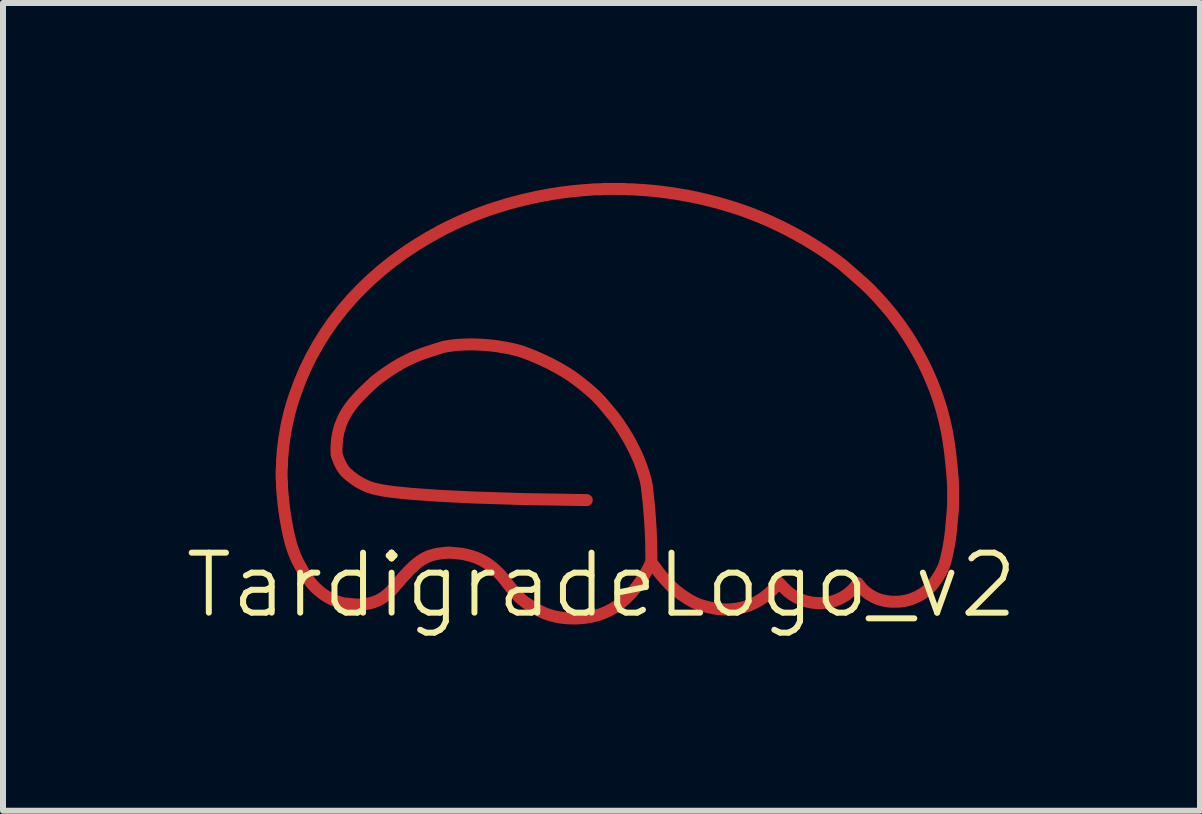
<source format=kicad_pcb>
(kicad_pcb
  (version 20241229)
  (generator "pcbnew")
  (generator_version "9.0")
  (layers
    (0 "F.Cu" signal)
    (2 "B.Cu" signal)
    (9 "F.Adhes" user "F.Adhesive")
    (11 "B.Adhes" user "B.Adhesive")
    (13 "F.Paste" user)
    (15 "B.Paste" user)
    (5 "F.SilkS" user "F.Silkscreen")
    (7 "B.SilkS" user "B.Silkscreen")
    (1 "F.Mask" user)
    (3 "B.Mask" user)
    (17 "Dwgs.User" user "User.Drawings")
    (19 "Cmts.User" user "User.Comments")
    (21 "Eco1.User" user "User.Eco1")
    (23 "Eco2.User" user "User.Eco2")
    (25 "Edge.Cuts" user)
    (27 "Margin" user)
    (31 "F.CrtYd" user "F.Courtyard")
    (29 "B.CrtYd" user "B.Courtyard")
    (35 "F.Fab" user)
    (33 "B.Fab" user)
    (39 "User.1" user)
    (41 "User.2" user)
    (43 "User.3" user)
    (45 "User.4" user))
  (footprint "TardigradeLogo_v2"
    (layer "F.Cu")
    (at 6.979 7.207)
    (property "Reference" "TardigradeLogo_v2" (at 0 -0.5 0) (unlocked yes) (layer "F.SilkS") (effects (font (size 1 1) (thickness 0.1))))
    (attr smd board_only)
    (pad "1" smd custom (at 0.829 -1.106) (size 0.2 0.2) (layers "F.Cu" "F.Mask") (options (anchor circle)) (primitives (gr_line (start -0.01 -0.323) (end -0.002 -0.134) (width 0.2)) (gr_line (start -0.024 -0.543) (end -0.01 -0.323) (width 0.2)) (gr_line (start -0.045 -0.79) (end -0.024 -0.543) (width 0.2)) (gr_line (start -0.076 -1.061) (end -0.045 -0.79) (width 0.2)) (gr_line (start -0.125 -1.258) (end -0.095 -1.152) (width 0.2)) (gr_line (start -0.205 -1.48) (end -0.173 -1.398) (width 0.2)) (gr_line (start -0.288 -1.662) (end -0.243 -1.568) (width 0.2)) (gr_line (start -0.398 -1.867) (end -0.339 -1.762) (width 0.2)) (gr_line (start -0.539 -2.088) (end -0.464 -1.975) (width 0.2)) (gr_line (start -0.767 -2.378) (end -0.622 -2.203) (width 0.2)) (gr_line (start -0.927 -2.553) (end -0.892 -2.519) (width 0.2)) (gr_line (start -1.105 -2.709) (end -1.053 -2.666) (width 0.2)) (gr_line (start -1.304 -2.863) (end -1.23 -2.807) (width 0.2)) (gr_line (start -1.544 -3.012) (end -1.442 -2.952) (width 0.2)) (gr_line (start -1.743 -3.116) (end -1.671 -3.08) (width 0.2)) (gr_line (start -1.991 -3.226) (end -1.903 -3.189) (width 0.2)) (gr_line (start -2.18 -3.296) (end -2.083 -3.262) (width 0.2)) (gr_line (start -2.435 -3.356) (end -2.298 -3.328) (width 0.2)) (gr_line (start -2.668 -3.39) (end -2.587 -3.381) (width 0.2)) (gr_line (start -2.926 -3.408) (end -2.838 -3.404) (width 0.2)) (gr_line (start -3.194 -3.403) (end -3.104 -3.407) (width 0.2)) (gr_line (start -3.463 -3.368) (end -3.374 -3.383) (width 0.2)) (gr_line (start -3.715 -3.288) (end -3.463 -3.368) (width 0.2)) (gr_line (start -3.905 -3.219) (end -3.841 -3.244) (width 0.2)) (gr_line (start -4.109 -3.125) (end -4.038 -3.16) (width 0.2)) (gr_line (start -4.338 -2.991) (end -4.258 -3.041) (width 0.2)) (gr_line (start -4.511 -2.87) (end -4.422 -2.934) (width 0.2)) (gr_line (start -4.73 -2.682) (end -4.605 -2.799) (width 0.2)) (gr_line (start -4.907 -2.503) (end -4.85 -2.564) (width 0.2)) (gr_line (start -5.061 -2.306) (end -5.013 -2.375) (width 0.2)) (gr_line (start -5.177 -2.076) (end -5.143 -2.157) (width 0.2)) (gr_line (start -5.234 -1.847) (end -5.226 -1.896) (width 0.2)) (gr_line (start -5.248 -1.634) (end -5.247 -1.69) (width 0.2)) (gr_line (start -5.195 -1.44) (end -5.203 -1.457) (width 0.2)) (gr_line (start -5.083 -1.269) (end -5.093 -1.279) (width 0.2)) (gr_line (start -4.913 -1.137) (end -4.935 -1.151) (width 0.2)) (gr_line (start -4.74 -1.045) (end -4.775 -1.06) (width 0.2)) (gr_line (start -4.482 -0.974) (end -4.592 -0.998) (width 0.2)) (gr_line (start -4.007 -0.918) (end -4.305 -0.948) (width 0.2)) (gr_line (start -3.564 -0.886) (end -4.007 -0.918) (width 0.2)) (gr_line (start -2.945 -0.856) (end -3.564 -0.886) (width 0.2)) (gr_line (start -2.124 -0.83) (end -2.945 -0.856) (width 0.2)) (gr_line (start -1.074 -0.813) (end -2.124 -0.83) (width 0.2)) (gr_line (start -4.305 -0.948) (end -4.482 -0.974) (width 0.2)) (gr_line (start -4.592 -0.998) (end -4.602 -1) (width 0.2)) (gr_line (start -4.602 -1) (end -4.632 -1.007) (width 0.2)) (gr_line (start -4.632 -1.007) (end -4.654 -1.014) (width 0.2)) (gr_line (start -4.654 -1.014) (end -4.679 -1.022) (width 0.2)) (gr_line (start -4.679 -1.022) (end -4.708 -1.032) (width 0.2)) (gr_line (start -4.708 -1.032) (end -4.74 -1.045) (width 0.2)) (gr_line (start -4.775 -1.06) (end -4.812 -1.078) (width 0.2)) (gr_line (start -4.812 -1.078) (end -4.852 -1.099) (width 0.2)) (gr_line (start -4.852 -1.099) (end -4.872 -1.111) (width 0.2)) (gr_line (start -4.872 -1.111) (end -4.892 -1.123) (width 0.2)) (gr_line (start -4.892 -1.123) (end -4.913 -1.137) (width 0.2)) (gr_line (start -4.935 -1.151) (end -4.956 -1.166) (width 0.2)) (gr_line (start -4.956 -1.166) (end -4.978 -1.182) (width 0.2)) (gr_line (start -4.978 -1.182) (end -5 -1.199) (width 0.2)) (gr_line (start -5 -1.199) (end -5.022 -1.216) (width 0.2)) (gr_line (start -5.022 -1.216) (end -5.044 -1.235) (width 0.2)) (gr_line (start -5.044 -1.235) (end -5.066 -1.255) (width 0.2)) (gr_line (start -5.066 -1.255) (end -5.066 -1.255) (width 0.2)) (gr_line (start -5.066 -1.255) (end -5.067 -1.255) (width 0.2)) (gr_line (start -5.067 -1.255) (end -5.07 -1.257) (width 0.2)) (gr_line (start -5.07 -1.257) (end -5.076 -1.262) (width 0.2)) (gr_line (start -5.076 -1.262) (end -5.083 -1.269) (width 0.2)) (gr_line (start -5.093 -1.279) (end -5.103 -1.291) (width 0.2)) (gr_line (start -5.103 -1.291) (end -5.116 -1.306) (width 0.2)) (gr_line (start -5.116 -1.306) (end -5.122 -1.314) (width 0.2)) (gr_line (start -5.122 -1.314) (end -5.129 -1.323) (width 0.2)) (gr_line (start -5.129 -1.323) (end -5.136 -1.333) (width 0.2)) (gr_line (start -5.136 -1.333) (end -5.143 -1.344) (width 0.2)) (gr_line (start -5.143 -1.344) (end -5.15 -1.355) (width 0.2)) (gr_line (start -5.15 -1.355) (end -5.157 -1.367) (width 0.2)) (gr_line (start -5.157 -1.367) (end -5.165 -1.38) (width 0.2)) (gr_line (start -5.165 -1.38) (end -5.172 -1.394) (width 0.2)) (gr_line (start -5.172 -1.394) (end -5.18 -1.409) (width 0.2)) (gr_line (start -5.18 -1.409) (end -5.188 -1.424) (width 0.2)) (gr_line (start -5.188 -1.424) (end -5.195 -1.44) (width 0.2)) (gr_line (start -5.203 -1.457) (end -5.21 -1.474) (width 0.2)) (gr_line (start -5.21 -1.474) (end -5.218 -1.493) (width 0.2)) (gr_line (start -5.218 -1.493) (end -5.225 -1.512) (width 0.2)) (gr_line (start -5.225 -1.512) (end -5.232 -1.533) (width 0.2)) (gr_line (start -5.232 -1.533) (end -5.239 -1.554) (width 0.2)) (gr_line (start -5.239 -1.554) (end -5.246 -1.576) (width 0.2)) (gr_line (start -5.246 -1.576) (end -5.248 -1.634) (width 0.2)) (gr_line (start -5.247 -1.69) (end -5.245 -1.744) (width 0.2)) (gr_line (start -5.245 -1.744) (end -5.24 -1.797) (width 0.2)) (gr_line (start -5.24 -1.797) (end -5.234 -1.847) (width 0.2)) (gr_line (start -5.226 -1.896) (end -5.216 -1.944) (width 0.2)) (gr_line (start -5.216 -1.944) (end -5.205 -1.989) (width 0.2)) (gr_line (start -5.205 -1.989) (end -5.192 -2.033) (width 0.2)) (gr_line (start -5.192 -2.033) (end -5.177 -2.076) (width 0.2)) (gr_line (start -5.143 -2.157) (end -5.105 -2.234) (width 0.2)) (gr_line (start -5.105 -2.234) (end -5.061 -2.306) (width 0.2)) (gr_line (start -5.013 -2.375) (end -4.962 -2.44) (width 0.2)) (gr_line (start -4.962 -2.44) (end -4.907 -2.503) (width 0.2)) (gr_line (start -4.85 -2.564) (end -4.73 -2.682) (width 0.2)) (gr_line (start -4.605 -2.799) (end -4.511 -2.87) (width 0.2)) (gr_line (start -4.422 -2.934) (end -4.338 -2.991) (width 0.2)) (gr_line (start -4.258 -3.041) (end -4.182 -3.086) (width 0.2)) (gr_line (start -4.182 -3.086) (end -4.109 -3.125) (width 0.2)) (gr_line (start -4.038 -3.16) (end -3.971 -3.192) (width 0.2)) (gr_line (start -3.971 -3.192) (end -3.905 -3.219) (width 0.2)) (gr_line (start -3.841 -3.244) (end -3.715 -3.288) (width 0.2)) (gr_line (start -3.374 -3.383) (end -3.284 -3.395) (width 0.2)) (gr_line (start -3.284 -3.395) (end -3.194 -3.403) (width 0.2)) (gr_line (start -3.104 -3.407) (end -3.014 -3.409) (width 0.2)) (gr_line (start -3.014 -3.409) (end -2.926 -3.408) (width 0.2)) (gr_line (start -2.838 -3.404) (end -2.752 -3.398) (width 0.2)) (gr_line (start -2.752 -3.398) (end -2.668 -3.39) (width 0.2)) (gr_line (start -2.587 -3.381) (end -2.435 -3.356) (width 0.2)) (gr_line (start -2.298 -3.328) (end -2.18 -3.296) (width 0.2)) (gr_line (start -2.083 -3.262) (end -1.991 -3.226) (width 0.2)) (gr_line (start -1.903 -3.189) (end -1.82 -3.152) (width 0.2)) (gr_line (start -1.82 -3.152) (end -1.743 -3.116) (width 0.2)) (gr_line (start -1.671 -3.08) (end -1.544 -3.012) (width 0.2)) (gr_line (start -1.442 -2.952) (end -1.367 -2.905) (width 0.2)) (gr_line (start -1.367 -2.905) (end -1.304 -2.863) (width 0.2)) (gr_line (start -1.23 -2.807) (end -1.164 -2.756) (width 0.2)) (gr_line (start -1.164 -2.756) (end -1.105 -2.709) (width 0.2)) (gr_line (start -1.053 -2.666) (end -1.007 -2.626) (width 0.2)) (gr_line (start -1.007 -2.626) (end -0.965 -2.589) (width 0.2)) (gr_line (start -0.965 -2.589) (end -0.927 -2.553) (width 0.2)) (gr_line (start -0.892 -2.519) (end -0.86 -2.484) (width 0.2)) (gr_line (start -0.86 -2.484) (end -0.828 -2.45) (width 0.2)) (gr_line (start -0.828 -2.45) (end -0.767 -2.378) (width 0.2)) (gr_line (start -0.622 -2.203) (end -0.539 -2.088) (width 0.2)) (gr_line (start -0.464 -1.975) (end -0.398 -1.867) (width 0.2)) (gr_line (start -0.339 -1.762) (end -0.288 -1.662) (width 0.2)) (gr_line (start -0.243 -1.568) (end -0.205 -1.48) (width 0.2)) (gr_line (start -0.173 -1.398) (end -0.125 -1.258) (width 0.2)) (gr_line (start -0.095 -1.152) (end -0.076 -1.061) (width 0.2)) (gr_line (start -0.002 -0.134) (end 0.002 0.134) (width 0.2)) (gr_line (start 0.002 0.134) (end 0.001 0.231) (width 0.2)) (gr_line (start -0.006 0.224) (end -0.009 0.233) (width 0.2)) (gr_line (start -0.009 0.233) (end -0.012 0.243) (width 0.2)) (gr_line (start -0.012 0.243) (end -0.017 0.253) (width 0.2)) (gr_line (start -0.017 0.253) (end -0.022 0.265) (width 0.2)) (gr_line (start -0.022 0.265) (end -0.033 0.29) (width 0.2)) (gr_line (start -0.033 0.29) (end -0.046 0.316) (width 0.2)) (gr_line (start -0.046 0.316) (end -0.06 0.342) (width 0.2)) (gr_line (start -0.06 0.342) (end -0.073 0.366) (width 0.2)) (gr_line (start -0.073 0.366) (end -0.095 0.407) (width 0.2)) (gr_line (start -0.095 0.407) (end -0.121 0.45) (width 0.2)) (gr_line (start -0.121 0.45) (end -0.15 0.496) (width 0.2)) (gr_line (start -0.15 0.496) (end -0.181 0.543) (width 0.2)) (gr_line (start -0.181 0.543) (end -0.214 0.59) (width 0.2)) (gr_line (start -0.214 0.59) (end -0.248 0.637) (width 0.2)) (gr_line (start -0.248 0.637) (end -0.283 0.681) (width 0.2)) (gr_line (start -0.283 0.681) (end -0.3 0.702) (width 0.2)) (gr_line (start -0.3 0.702) (end -0.317 0.722) (width 0.2)) (gr_line (start -0.317 0.722) (end -0.335 0.741) (width 0.2)) (gr_line (start -0.335 0.741) (end -0.352 0.759) (width 0.2)) (gr_line (start -0.352 0.759) (end -0.4 0.807) (width 0.2)) (gr_line (start -0.4 0.807) (end -0.424 0.83) (width 0.2)) (gr_line (start -0.424 0.83) (end -0.447 0.851) (width 0.2)) (gr_line (start -0.447 0.851) (end -0.471 0.872) (width 0.2)) (gr_line (start -0.471 0.872) (end -0.494 0.892) (width 0.2)) (gr_line (start -0.494 0.892) (end -0.518 0.911) (width 0.2)) (gr_line (start -0.518 0.911) (end -0.542 0.93) (width 0.2)) (gr_line (start -0.542 0.93) (end -0.567 0.948) (width 0.2)) (gr_line (start -0.567 0.948) (end -0.593 0.965) (width 0.2)) (gr_line (start -0.593 0.965) (end -0.619 0.982) (width 0.2)) (gr_line (start -0.619 0.982) (end -0.646 0.998) (width 0.2)) (gr_line (start -0.646 0.998) (end -0.674 1.013) (width 0.2)) (gr_line (start -0.674 1.013) (end -0.703 1.029) (width 0.2)) (gr_line (start -0.703 1.029) (end -0.733 1.043) (width 0.2)) (gr_line (start -0.733 1.043) (end -0.765 1.058) (width 0.2)) (gr_line (start -0.765 1.058) (end -0.818 1.08) (width 0.2)) (gr_line (start -0.818 1.08) (end -0.873 1.099) (width 0.2)) (gr_line (start -0.873 1.099) (end -0.931 1.115) (width 0.2)) (gr_line (start -0.931 1.115) (end -0.99 1.129) (width 0.2)) (gr_line (start -0.99 1.129) (end -1.05 1.141) (width 0.2)) (gr_line (start -1.05 1.141) (end -1.111 1.15) (width 0.2)) (gr_line (start -1.111 1.15) (end -1.173 1.156) (width 0.2)) (gr_line (start -1.173 1.156) (end -1.235 1.16) (width 0.2)) (gr_line (start -1.235 1.16) (end -1.297 1.161) (width 0.2)) (gr_line (start -1.297 1.161) (end -1.36 1.159) (width 0.2)) (gr_line (start -1.36 1.159) (end -1.421 1.155) (width 0.2)) (gr_line (start -1.421 1.155) (end -1.482 1.149) (width 0.2)) (gr_line (start -1.482 1.149) (end -1.542 1.14) (width 0.2)) (gr_line (start -1.542 1.14) (end -1.601 1.128) (width 0.2)) (gr_line (start -1.601 1.128) (end -1.658 1.114) (width 0.2)) (gr_line (start -1.658 1.114) (end -1.713 1.097) (width 0.2)) (gr_line (start -1.713 1.097) (end -1.739 1.088) (width 0.2)) (gr_line (start -1.739 1.088) (end -1.767 1.077) (width 0.2)) (gr_line (start -1.767 1.077) (end -1.795 1.065) (width 0.2)) (gr_line (start -1.795 1.065) (end -1.825 1.052) (width 0.2)) (gr_line (start -1.825 1.052) (end -1.855 1.037) (width 0.2)) (gr_line (start -1.855 1.037) (end -1.885 1.022) (width 0.2)) (gr_line (start -1.885 1.022) (end -1.946 0.988) (width 0.2)) (gr_line (start -1.946 0.988) (end -2.006 0.953) (width 0.2)) (gr_line (start -2.006 0.953) (end -2.063 0.916) (width 0.2)) (gr_line (start -2.063 0.916) (end -2.09 0.898) (width 0.2)) (gr_line (start -2.09 0.898) (end -2.115 0.879) (width 0.2)) (gr_line (start -2.115 0.879) (end -2.138 0.861) (width 0.2)) (gr_line (start -2.138 0.861) (end -2.16 0.844) (width 0.2)) (gr_line (start -2.16 0.844) (end -2.187 0.82) (width 0.2)) (gr_line (start -2.187 0.82) (end -2.214 0.795) (width 0.2)) (gr_line (start -2.214 0.795) (end -2.239 0.769) (width 0.2)) (gr_line (start -2.239 0.769) (end -2.263 0.742) (width 0.2)) (gr_line (start -2.263 0.742) (end -2.287 0.715) (width 0.2)) (gr_line (start -2.287 0.715) (end -2.31 0.687) (width 0.2)) (gr_line (start -2.31 0.687) (end -2.355 0.631) (width 0.2)) (gr_line (start -2.355 0.631) (end -2.445 0.516) (width 0.2)) (gr_line (start -2.445 0.516) (end -2.468 0.488) (width 0.2)) (gr_line (start -2.468 0.488) (end -2.491 0.46) (width 0.2)) (gr_line (start -2.491 0.46) (end -2.515 0.433) (width 0.2)) (gr_line (start -2.515 0.433) (end -2.54 0.407) (width 0.2)) (gr_line (start -2.54 0.407) (end -2.573 0.373) (width 0.2)) (gr_line (start -2.573 0.373) (end -2.608 0.341) (width 0.2)) (gr_line (start -2.608 0.341) (end -2.642 0.311) (width 0.2)) (gr_line (start -2.642 0.311) (end -2.678 0.283) (width 0.2)) (gr_line (start -2.678 0.283) (end -2.714 0.257) (width 0.2)) (gr_line (start -2.714 0.257) (end -2.75 0.232) (width 0.2)) (gr_line (start -2.75 0.232) (end -2.788 0.21) (width 0.2)) (gr_line (start -2.788 0.21) (end -2.826 0.189) (width 0.2)) (gr_line (start -2.826 0.189) (end -2.865 0.17) (width 0.2)) (gr_line (start -2.865 0.17) (end -2.905 0.153) (width 0.2)) (gr_line (start -2.905 0.153) (end -2.946 0.137) (width 0.2)) (gr_line (start -2.946 0.137) (end -2.989 0.123) (width 0.2)) (gr_line (start -2.989 0.123) (end -3.032 0.111) (width 0.2)) (gr_line (start -3.032 0.111) (end -3.076 0.099) (width 0.2)) (gr_line (start -3.076 0.099) (end -3.122 0.089) (width 0.2)) (gr_line (start -3.122 0.089) (end -3.169 0.081) (width 0.2)) (gr_line (start -3.169 0.081) (end -3.372 0.062) (width 0.2)) (gr_line (start -3.372 0.062) (end -3.445 0.068) (width 0.2)) (gr_line (start -3.445 0.068) (end -3.513 0.076) (width 0.2)) (gr_line (start -3.513 0.076) (end -3.546 0.08) (width 0.2)) (gr_line (start -3.546 0.08) (end -3.577 0.086) (width 0.2)) (gr_line (start -3.577 0.086) (end -3.608 0.092) (width 0.2)) (gr_line (start -3.608 0.092) (end -3.639 0.1) (width 0.2)) (gr_line (start -3.639 0.1) (end -3.669 0.109) (width 0.2)) (gr_line (start -3.669 0.109) (end -3.699 0.119) (width 0.2)) (gr_line (start -3.699 0.119) (end -3.729 0.131) (width 0.2)) (gr_line (start -3.729 0.131) (end -3.759 0.145) (width 0.2)) (gr_line (start -3.759 0.145) (end -3.789 0.161) (width 0.2)) (gr_line (start -3.789 0.161) (end -3.819 0.178) (width 0.2)) (gr_line (start -3.819 0.178) (end -3.849 0.198) (width 0.2)) (gr_line (start -3.849 0.198) (end -3.88 0.22) (width 0.2)) (gr_line (start -3.88 0.22) (end -3.904 0.238) (width 0.2)) (gr_line (start -3.904 0.238) (end -3.927 0.257) (width 0.2)) (gr_line (start -3.927 0.257) (end -3.95 0.277) (width 0.2)) (gr_line (start -3.95 0.277) (end -3.972 0.297) (width 0.2)) (gr_line (start -3.972 0.297) (end -3.995 0.319) (width 0.2)) (gr_line (start -3.995 0.319) (end -4.017 0.34) (width 0.2)) (gr_line (start -4.017 0.34) (end -4.061 0.385) (width 0.2)) (gr_line (start -4.061 0.385) (end -4.103 0.431) (width 0.2)) (gr_line (start -4.103 0.431) (end -4.145 0.478) (width 0.2)) (gr_line (start -4.145 0.478) (end -4.224 0.569) (width 0.2)) (gr_line (start -4.224 0.569) (end -4.288 0.643) (width 0.2)) (gr_line (start -4.288 0.643) (end -4.318 0.677) (width 0.2)) (gr_line (start -4.318 0.677) (end -4.333 0.694) (width 0.2)) (gr_line (start -4.333 0.694) (end -4.348 0.71) (width 0.2)) (gr_line (start -4.348 0.71) (end -4.364 0.725) (width 0.2)) (gr_line (start -4.364 0.725) (end -4.381 0.741) (width 0.2)) (gr_line (start -4.381 0.741) (end -4.397 0.756) (width 0.2)) (gr_line (start -4.397 0.756) (end -4.415 0.77) (width 0.2)) (gr_line (start -4.415 0.77) (end -4.434 0.785) (width 0.2)) (gr_line (start -4.434 0.785) (end -4.454 0.799) (width 0.2)) (gr_line (start -4.454 0.799) (end -4.474 0.813) (width 0.2)) (gr_line (start -4.474 0.813) (end -4.497 0.827) (width 0.2)) (gr_line (start -4.497 0.827) (end -4.523 0.842) (width 0.2)) (gr_line (start -4.523 0.842) (end -4.549 0.856) (width 0.2)) (gr_line (start -4.549 0.856) (end -4.575 0.868) (width 0.2)) (gr_line (start -4.575 0.868) (end -4.601 0.878) (width 0.2)) (gr_line (start -4.601 0.878) (end -4.627 0.888) (width 0.2)) (gr_line (start -4.627 0.888) (end -4.653 0.896) (width 0.2)) (gr_line (start -4.653 0.896) (end -4.679 0.904) (width 0.2)) (gr_line (start -4.679 0.904) (end -4.706 0.91) (width 0.2)) (gr_line (start -4.706 0.91) (end -4.733 0.915) (width 0.2)) (gr_line (start -4.733 0.915) (end -4.76 0.919) (width 0.2)) (gr_line (start -4.76 0.919) (end -4.787 0.922) (width 0.2)) (gr_line (start -4.787 0.922) (end -4.815 0.925) (width 0.2)) (gr_line (start -4.815 0.925) (end -4.843 0.927) (width 0.2)) (gr_line (start -4.843 0.927) (end -4.872 0.928) (width 0.2)) (gr_line (start -4.872 0.928) (end -4.901 0.928) (width 0.2)) (gr_line (start -4.901 0.928) (end -4.93 0.928) (width 0.2)) (gr_line (start -4.93 0.928) (end -5.045 0.917) (width 0.2)) (gr_line (start -5.045 0.917) (end -5.106 0.911) (width 0.2)) (gr_line (start -5.106 0.911) (end -5.146 0.903) (width 0.2)) (gr_line (start -5.146 0.903) (end -5.185 0.894) (width 0.2)) (gr_line (start -5.185 0.894) (end -5.223 0.882) (width 0.2)) (gr_line (start -5.223 0.882) (end -5.261 0.869) (width 0.2)) (gr_line (start -5.261 0.869) (end -5.297 0.854) (width 0.2)) (gr_line (start -5.297 0.854) (end -5.333 0.837) (width 0.2)) (gr_line (start -5.333 0.837) (end -5.369 0.819) (width 0.2)) (gr_line (start -5.369 0.819) (end -5.403 0.799) (width 0.2)) (gr_line (start -5.403 0.799) (end -5.437 0.778) (width 0.2)) (gr_line (start -5.437 0.778) (end -5.469 0.756) (width 0.2)) (gr_line (start -5.469 0.756) (end -5.501 0.732) (width 0.2)) (gr_line (start -5.501 0.732) (end -5.532 0.707) (width 0.2)) (gr_line (start -5.532 0.707) (end -5.562 0.681) (width 0.2)) (gr_line (start -5.562 0.681) (end -5.592 0.654) (width 0.2)) (gr_line (start -5.592 0.654) (end -5.62 0.626) (width 0.2)) (gr_line (start -5.62 0.626) (end -5.647 0.596) (width 0.2)) (gr_line (start -5.647 0.596) (end -5.661 0.581) (width 0.2)) (gr_line (start -5.661 0.581) (end -5.674 0.565) (width 0.2)) (gr_line (start -5.674 0.565) (end -5.687 0.549) (width 0.2)) (gr_line (start -5.687 0.549) (end -5.699 0.533) (width 0.2)) (gr_line (start -5.699 0.533) (end -5.711 0.516) (width 0.2)) (gr_line (start -5.711 0.516) (end -5.723 0.5) (width 0.2)) (gr_line (start -5.723 0.5) (end -5.746 0.466) (width 0.2)) (gr_line (start -5.746 0.466) (end -5.768 0.431) (width 0.2)) (gr_line (start -5.768 0.431) (end -5.79 0.396) (width 0.2)) (gr_line (start -5.79 0.396) (end -5.811 0.361) (width 0.2)) (gr_line (start -5.811 0.361) (end -5.831 0.325) (width 0.2)) (gr_line (start -5.831 0.325) (end -5.858 0.276) (width 0.2)) (gr_line (start -5.858 0.276) (end -5.884 0.228) (width 0.2)) (gr_line (start -5.884 0.228) (end -5.907 0.182) (width 0.2)) (gr_line (start -5.907 0.182) (end -5.927 0.136) (width 0.2)) (gr_line (start -5.927 0.136) (end -5.947 0.09) (width 0.2)) (gr_line (start -5.947 0.09) (end -5.964 0.045) (width 0.2)) (gr_line (start -5.964 0.045) (end -5.98 -0.000343) (width 0.2)) (gr_line (start -5.98 -0.000343) (end -5.995 -0.046) (width 0.2)) (gr_line (start -5.995 -0.046) (end -6.009 -0.091) (width 0.2)) (gr_line (start -6.009 -0.091) (end -6.021 -0.138) (width 0.2)) (gr_line (start -6.021 -0.138) (end -6.044 -0.233) (width 0.2)) (gr_line (start -6.044 -0.233) (end -6.065 -0.333) (width 0.2)) (gr_line (start -6.065 -0.333) (end -6.085 -0.44) (width 0.2)) (gr_line (start -6.085 -0.44) (end -6.096 -0.504) (width 0.2)) (gr_line (start -6.096 -0.504) (end -6.106 -0.568) (width 0.2)) (gr_line (start -6.106 -0.568) (end -6.116 -0.632) (width 0.2)) (gr_line (start -6.116 -0.632) (end -6.124 -0.697) (width 0.2)) (gr_line (start -6.124 -0.697) (end -6.132 -0.761) (width 0.2)) (gr_line (start -6.132 -0.761) (end -6.139 -0.825) (width 0.2)) (gr_line (start -6.139 -0.825) (end -6.145 -0.89) (width 0.2)) (gr_line (start -6.145 -0.89) (end -6.15 -0.955) (width 0.2)) (gr_line (start -6.15 -0.955) (end -6.156 -1.023) (width 0.2)) (gr_line (start -6.156 -1.023) (end -6.156 -1.104) (width 0.2)) (gr_line (start -6.156 -1.104) (end -6.163 -1.185) (width 0.2)) (gr_line (start -6.163 -1.185) (end -6.163 -1.307) (width 0.2)) (gr_line (start -6.163 -1.307) (end -6.156 -1.388) (width 0.2)) (gr_line (start -6.156 -1.388) (end -6.156 -1.47) (width 0.2)) (gr_line (start -6.156 -1.47) (end -6.144 -1.625) (width 0.2)) (gr_line (start -6.144 -1.625) (end -6.13 -1.747) (width 0.2)) (gr_line (start -6.13 -1.747) (end -6.114 -1.865) (width 0.2)) (gr_line (start -6.114 -1.865) (end -6.095 -1.979) (width 0.2)) (gr_line (start -6.095 -1.979) (end -6.073 -2.092) (width 0.2)) (gr_line (start -6.073 -2.092) (end -6.048 -2.203) (width 0.2)) (gr_line (start -6.048 -2.203) (end -6.019 -2.316) (width 0.2)) (gr_line (start -6.019 -2.316) (end -5.986 -2.43) (width 0.2)) (gr_line (start -5.986 -2.43) (end -5.948 -2.547) (width 0.2)) (gr_line (start -5.948 -2.547) (end -5.866 -2.773) (width 0.2)) (gr_line (start -5.866 -2.773) (end -5.773 -2.992) (width 0.2)) (gr_line (start -5.773 -2.992) (end -5.669 -3.205) (width 0.2)) (gr_line (start -5.669 -3.205) (end -5.555 -3.41) (width 0.2)) (gr_line (start -5.555 -3.41) (end -5.431 -3.609) (width 0.2)) (gr_line (start -5.431 -3.609) (end -5.297 -3.8) (width 0.2)) (gr_line (start -5.297 -3.8) (end -5.154 -3.983) (width 0.2)) (gr_line (start -5.154 -3.983) (end -5.003 -4.16) (width 0.2)) (gr_line (start -5.003 -4.16) (end -4.842 -4.329) (width 0.2)) (gr_line (start -4.842 -4.329) (end -4.674 -4.491) (width 0.2)) (gr_line (start -4.674 -4.491) (end -4.498 -4.645) (width 0.2)) (gr_line (start -4.498 -4.645) (end -4.315 -4.792) (width 0.2)) (gr_line (start -4.315 -4.792) (end -4.124 -4.931) (width 0.2)) (gr_line (start -4.124 -4.931) (end -3.927 -5.062) (width 0.2)) (gr_line (start -3.927 -5.062) (end -3.724 -5.186) (width 0.2)) (gr_line (start -3.724 -5.186) (end -3.515 -5.302) (width 0.2)) (gr_line (start -3.515 -5.302) (end -3.405 -5.358) (width 0.2)) (gr_line (start -3.405 -5.358) (end -3.294 -5.412) (width 0.2)) (gr_line (start -3.294 -5.412) (end -3.183 -5.463) (width 0.2)) (gr_line (start -3.183 -5.463) (end -3.07 -5.512) (width 0.2)) (gr_line (start -3.07 -5.512) (end -2.957 -5.558) (width 0.2)) (gr_line (start -2.957 -5.558) (end -2.843 -5.602) (width 0.2)) (gr_line (start -2.843 -5.602) (end -2.727 -5.644) (width 0.2)) (gr_line (start -2.727 -5.644) (end -2.611 -5.683) (width 0.2)) (gr_line (start -2.611 -5.683) (end -2.377 -5.755) (width 0.2)) (gr_line (start -2.377 -5.755) (end -2.14 -5.817) (width 0.2)) (gr_line (start -2.14 -5.817) (end -1.901 -5.871) (width 0.2)) (gr_line (start -1.901 -5.871) (end -1.659 -5.916) (width 0.2)) (gr_line (start -1.659 -5.916) (end -1.578 -5.928) (width 0.2)) (gr_line (start -1.578 -5.928) (end -1.498 -5.94) (width 0.2)) (gr_line (start -1.498 -5.94) (end -1.418 -5.95) (width 0.2)) (gr_line (start -1.418 -5.95) (end -1.338 -5.96) (width 0.2)) (gr_line (start -1.338 -5.96) (end -1.257 -5.968) (width 0.2)) (gr_line (start -1.257 -5.968) (end -1.177 -5.976) (width 0.2)) (gr_line (start -1.177 -5.976) (end -1.015 -5.988) (width 0.2)) (gr_line (start -1.015 -5.988) (end -0.948 -5.994) (width 0.2)) (gr_line (start -0.948 -5.994) (end -0.866 -5.994) (width 0.2)) (gr_line (start -0.866 -5.994) (end -0.785 -6.001) (width 0.2)) (gr_line (start -0.785 -6.001) (end -0.467 -6.001) (width 0.2)) (gr_line (start -0.467 -6.001) (end -0.385 -5.994) (width 0.2)) (gr_line (start -0.385 -5.994) (end -0.304 -5.994) (width 0.2)) (gr_line (start -0.304 -5.994) (end -0.23 -5.988) (width 0.2)) (gr_line (start -0.23 -5.988) (end -0.151 -5.984) (width 0.2)) (gr_line (start -0.151 -5.984) (end -0.073 -5.978) (width 0.2)) (gr_line (start -0.073 -5.978) (end 0.005 -5.972) (width 0.2)) (gr_line (start 0.005 -5.972) (end 0.083 -5.964) (width 0.2)) (gr_line (start 0.083 -5.964) (end 0.161 -5.955) (width 0.2)) (gr_line (start 0.161 -5.955) (end 0.238 -5.945) (width 0.2)) (gr_line (start 0.238 -5.945) (end 0.316 -5.934) (width 0.2)) (gr_line (start 0.316 -5.934) (end 0.394 -5.923) (width 0.2)) (gr_line (start 0.394 -5.923) (end 0.645 -5.879) (width 0.2)) (gr_line (start 0.645 -5.879) (end 0.894 -5.825) (width 0.2)) (gr_line (start 0.894 -5.825) (end 1.14 -5.762) (width 0.2)) (gr_line (start 1.14 -5.762) (end 1.382 -5.689) (width 0.2)) (gr_line (start 1.382 -5.689) (end 1.502 -5.649) (width 0.2)) (gr_line (start 1.502 -5.649) (end 1.621 -5.606) (width 0.2)) (gr_line (start 1.621 -5.606) (end 1.739 -5.561) (width 0.2)) (gr_line (start 1.739 -5.561) (end 1.856 -5.513) (width 0.2)) (gr_line (start 1.856 -5.513) (end 1.973 -5.463) (width 0.2)) (gr_line (start 1.973 -5.463) (end 2.088 -5.409) (width 0.2)) (gr_line (start 2.088 -5.409) (end 2.203 -5.354) (width 0.2)) (gr_line (start 2.203 -5.354) (end 2.317 -5.295) (width 0.2)) (gr_line (start 2.317 -5.295) (end 2.43 -5.234) (width 0.2)) (gr_line (start 2.43 -5.234) (end 2.541 -5.172) (width 0.2)) (gr_line (start 2.541 -5.172) (end 2.651 -5.106) (width 0.2)) (gr_line (start 2.651 -5.106) (end 2.759 -5.039) (width 0.2)) (gr_line (start 2.759 -5.039) (end 2.867 -4.969) (width 0.2)) (gr_line (start 2.867 -4.969) (end 2.972 -4.897) (width 0.2)) (gr_line (start 2.972 -4.897) (end 3.076 -4.822) (width 0.2)) (gr_line (start 3.076 -4.822) (end 3.177 -4.745) (width 0.2)) (gr_line (start 3.177 -4.745) (end 3.299 -4.64) (width 0.2)) (gr_line (start 3.299 -4.64) (end 3.577 -4.395) (width 0.2)) (gr_line (start 3.577 -4.395) (end 3.66 -4.314) (width 0.2)) (gr_line (start 3.66 -4.314) (end 3.743 -4.227) (width 0.2)) (gr_line (start 3.743 -4.227) (end 3.827 -4.136) (width 0.2)) (gr_line (start 3.827 -4.136) (end 3.909 -4.042) (width 0.2)) (gr_line (start 3.909 -4.042) (end 3.989 -3.946) (width 0.2)) (gr_line (start 3.989 -3.946) (end 4.065 -3.849) (width 0.2)) (gr_line (start 4.065 -3.849) (end 4.138 -3.752) (width 0.2)) (gr_line (start 4.138 -3.752) (end 4.205 -3.657) (width 0.2)) (gr_line (start 4.205 -3.657) (end 4.264 -3.568) (width 0.2)) (gr_line (start 4.264 -3.568) (end 4.321 -3.479) (width 0.2)) (gr_line (start 4.321 -3.479) (end 4.376 -3.388) (width 0.2)) (gr_line (start 4.376 -3.388) (end 4.429 -3.297) (width 0.2)) (gr_line (start 4.429 -3.297) (end 4.48 -3.205) (width 0.2)) (gr_line (start 4.48 -3.205) (end 4.529 -3.112) (width 0.2)) (gr_line (start 4.529 -3.112) (end 4.575 -3.018) (width 0.2)) (gr_line (start 4.575 -3.018) (end 4.619 -2.924) (width 0.2)) (gr_line (start 4.619 -2.924) (end 4.661 -2.828) (width 0.2)) (gr_line (start 4.661 -2.828) (end 4.701 -2.731) (width 0.2)) (gr_line (start 4.701 -2.731) (end 4.739 -2.633) (width 0.2)) (gr_line (start 4.739 -2.633) (end 4.774 -2.534) (width 0.2)) (gr_line (start 4.774 -2.534) (end 4.807 -2.434) (width 0.2)) (gr_line (start 4.807 -2.434) (end 4.838 -2.333) (width 0.2)) (gr_line (start 4.838 -2.333) (end 4.866 -2.23) (width 0.2)) (gr_line (start 4.866 -2.23) (end 4.892 -2.127) (width 0.2)) (gr_line (start 4.892 -2.127) (end 4.912 -2.035) (width 0.2)) (gr_line (start 4.912 -2.035) (end 4.931 -1.944) (width 0.2)) (gr_line (start 4.931 -1.944) (end 4.947 -1.852) (width 0.2)) (gr_line (start 4.947 -1.852) (end 4.962 -1.759) (width 0.2)) (gr_line (start 4.962 -1.759) (end 4.975 -1.667) (width 0.2)) (gr_line (start 4.975 -1.667) (end 4.987 -1.574) (width 0.2)) (gr_line (start 4.987 -1.574) (end 5.007 -1.388) (width 0.2)) (gr_line (start 5.007 -1.388) (end 5.027 -1.144) (width 0.2)) (gr_line (start 5.027 -1.144) (end 5.033 -1.036) (width 0.2)) (gr_line (start 5.033 -1.036) (end 5.033 -0.738) (width 0.2)) (gr_line (start 5.033 -0.738) (end 5.027 -0.636) (width 0.2)) (gr_line (start 5.027 -0.636) (end 4.994 -0.271) (width 0.2)) (gr_line (start 4.994 -0.271) (end 4.985 -0.205) (width 0.2)) (gr_line (start 4.985 -0.205) (end 4.975 -0.131) (width 0.2)) (gr_line (start 4.975 -0.131) (end 4.962 -0.053) (width 0.2)) (gr_line (start 4.962 -0.053) (end 4.947 0.026) (width 0.2)) (gr_line (start 4.947 0.026) (end 4.93 0.105) (width 0.2)) (gr_line (start 4.93 0.105) (end 4.912 0.181) (width 0.2)) (gr_line (start 4.912 0.181) (end 4.901 0.217) (width 0.2)) (gr_line (start 4.901 0.217) (end 4.891 0.251) (width 0.2)) (gr_line (start 4.891 0.251) (end 4.88 0.283) (width 0.2)) (gr_line (start 4.88 0.283) (end 4.868 0.312) (width 0.2)) (gr_line (start 4.868 0.312) (end 4.86 0.328) (width 0.2)) (gr_line (start 4.86 0.328) (end 4.852 0.346) (width 0.2)) (gr_line (start 4.852 0.346) (end 4.834 0.381) (width 0.2)) (gr_line (start 4.834 0.381) (end 4.813 0.418) (width 0.2)) (gr_line (start 4.813 0.418) (end 4.79 0.455) (width 0.2)) (gr_line (start 4.79 0.455) (end 4.767 0.492) (width 0.2)) (gr_line (start 4.767 0.492) (end 4.743 0.527) (width 0.2)) (gr_line (start 4.743 0.527) (end 4.72 0.56) (width 0.2)) (gr_line (start 4.72 0.56) (end 4.697 0.589) (width 0.2)) (gr_line (start 4.697 0.589) (end 4.67 0.621) (width 0.2)) (gr_line (start 4.67 0.621) (end 4.642 0.651) (width 0.2)) (gr_line (start 4.642 0.651) (end 4.61 0.68) (width 0.2)) (gr_line (start 4.61 0.68) (end 4.577 0.707) (width 0.2)) (gr_line (start 4.577 0.707) (end 4.542 0.733) (width 0.2)) (gr_line (start 4.542 0.733) (end 4.506 0.757) (width 0.2)) (gr_line (start 4.506 0.757) (end 4.468 0.779) (width 0.2)) (gr_line (start 4.468 0.779) (end 4.429 0.799) (width 0.2)) (gr_line (start 4.429 0.799) (end 4.389 0.817) (width 0.2)) (gr_line (start 4.389 0.817) (end 4.348 0.833) (width 0.2)) (gr_line (start 4.348 0.833) (end 4.307 0.847) (width 0.2)) (gr_line (start 4.307 0.847) (end 4.265 0.859) (width 0.2)) (gr_line (start 4.265 0.859) (end 4.223 0.868) (width 0.2)) (gr_line (start 4.223 0.868) (end 4.181 0.875) (width 0.2)) (gr_line (start 4.181 0.875) (end 4.14 0.879) (width 0.2)) (gr_line (start 4.14 0.879) (end 4.099 0.881) (width 0.2)) (gr_line (start 4.099 0.881) (end 4.011 0.881) (width 0.2)) (gr_line (start 4.011 0.881) (end 3.997 0.88) (width 0.2)) (gr_line (start 3.997 0.88) (end 3.982 0.879) (width 0.2)) (gr_line (start 3.982 0.879) (end 3.967 0.878) (width 0.2)) (gr_line (start 3.967 0.878) (end 3.952 0.876) (width 0.2)) (gr_line (start 3.952 0.876) (end 3.92 0.871) (width 0.2)) (gr_line (start 3.92 0.871) (end 3.887 0.865) (width 0.2)) (gr_line (start 3.887 0.865) (end 3.854 0.858) (width 0.2)) (gr_line (start 3.854 0.858) (end 3.823 0.849) (width 0.2)) (gr_line (start 3.823 0.849) (end 3.793 0.84) (width 0.2)) (gr_line (start 3.793 0.84) (end 3.78 0.835) (width 0.2)) (gr_line (start 3.78 0.835) (end 3.767 0.83) (width 0.2)) (gr_line (start 3.767 0.83) (end 3.75 0.823) (width 0.2)) (gr_line (start 3.75 0.823) (end 3.733 0.815) (width 0.2)) (gr_line (start 3.733 0.815) (end 3.716 0.807) (width 0.2)) (gr_line (start 3.716 0.807) (end 3.698 0.798) (width 0.2)) (gr_line (start 3.698 0.798) (end 3.681 0.788) (width 0.2)) (gr_line (start 3.681 0.788) (end 3.664 0.778) (width 0.2)) (gr_line (start 3.664 0.778) (end 3.647 0.768) (width 0.2)) (gr_line (start 3.647 0.768) (end 3.63 0.757) (width 0.2)) (gr_line (start 3.63 0.757) (end 3.613 0.745) (width 0.2)) (gr_line (start 3.613 0.745) (end 3.597 0.733) (width 0.2)) (gr_line (start 3.597 0.733) (end 3.581 0.721) (width 0.2)) (gr_line (start 3.581 0.721) (end 3.565 0.709) (width 0.2)) (gr_line (start 3.565 0.709) (end 3.551 0.696) (width 0.2)) (gr_line (start 3.551 0.696) (end 3.536 0.683) (width 0.2)) (gr_line (start 3.536 0.683) (end 3.523 0.67) (width 0.2)) (gr_line (start 3.523 0.67) (end 3.51 0.657) (width 0.2)) (gr_line (start 3.51 0.657) (end 3.442 0.569) (width 0.2)) (gr_line (start 3.442 0.569) (end 3.435 0.581) (width 0.2)) (gr_line (start 3.435 0.581) (end 3.429 0.592) (width 0.2)) (gr_line (start 3.429 0.592) (end 3.422 0.602) (width 0.2)) (gr_line (start 3.422 0.602) (end 3.414 0.613) (width 0.2)) (gr_line (start 3.414 0.613) (end 3.406 0.623) (width 0.2)) (gr_line (start 3.406 0.623) (end 3.398 0.634) (width 0.2)) (gr_line (start 3.398 0.634) (end 3.39 0.644) (width 0.2)) (gr_line (start 3.39 0.644) (end 3.381 0.653) (width 0.2)) (gr_line (start 3.381 0.653) (end 3.372 0.663) (width 0.2)) (gr_line (start 3.372 0.663) (end 3.363 0.672) (width 0.2)) (gr_line (start 3.363 0.672) (end 3.354 0.681) (width 0.2)) (gr_line (start 3.354 0.681) (end 3.345 0.69) (width 0.2)) (gr_line (start 3.345 0.69) (end 3.326 0.708) (width 0.2)) (gr_line (start 3.326 0.708) (end 3.306 0.725) (width 0.2)) (gr_line (start 3.306 0.725) (end 3.262 0.76) (width 0.2)) (gr_line (start 3.262 0.76) (end 3.215 0.792) (width 0.2)) (gr_line (start 3.215 0.792) (end 3.166 0.819) (width 0.2)) (gr_line (start 3.166 0.819) (end 3.116 0.843) (width 0.2)) (gr_line (start 3.116 0.843) (end 3.064 0.863) (width 0.2)) (gr_line (start 3.064 0.863) (end 3.011 0.879) (width 0.2)) (gr_line (start 3.011 0.879) (end 2.957 0.891) (width 0.2)) (gr_line (start 2.957 0.891) (end 2.902 0.9) (width 0.2)) (gr_line (start 2.902 0.9) (end 2.847 0.904) (width 0.2)) (gr_line (start 2.847 0.904) (end 2.791 0.905) (width 0.2)) (gr_line (start 2.791 0.905) (end 2.736 0.902) (width 0.2)) (gr_line (start 2.736 0.902) (end 2.681 0.896) (width 0.2)) (gr_line (start 2.681 0.896) (end 2.626 0.885) (width 0.2)) (gr_line (start 2.626 0.885) (end 2.572 0.871) (width 0.2)) (gr_line (start 2.572 0.871) (end 2.518 0.853) (width 0.2)) (gr_line (start 2.518 0.853) (end 2.466 0.831) (width 0.2)) (gr_line (start 2.466 0.831) (end 2.438 0.818) (width 0.2)) (gr_line (start 2.438 0.818) (end 2.412 0.804) (width 0.2)) (gr_line (start 2.412 0.804) (end 2.387 0.79) (width 0.2)) (gr_line (start 2.387 0.79) (end 2.364 0.776) (width 0.2)) (gr_line (start 2.364 0.776) (end 2.342 0.761) (width 0.2)) (gr_line (start 2.342 0.761) (end 2.321 0.746) (width 0.2)) (gr_line (start 2.321 0.746) (end 2.301 0.731) (width 0.2)) (gr_line (start 2.301 0.731) (end 2.282 0.715) (width 0.2)) (gr_line (start 2.282 0.715) (end 2.263 0.698) (width 0.2)) (gr_line (start 2.263 0.698) (end 2.244 0.681) (width 0.2)) (gr_line (start 2.244 0.681) (end 2.207 0.645) (width 0.2)) (gr_line (start 2.207 0.645) (end 2.168 0.605) (width 0.2)) (gr_line (start 2.168 0.605) (end 2.128 0.562) (width 0.2)) (gr_line (start 2.128 0.562) (end 2.119 0.574) (width 0.2)) (gr_line (start 2.119 0.574) (end 2.109 0.587) (width 0.2)) (gr_line (start 2.109 0.587) (end 2.098 0.6) (width 0.2)) (gr_line (start 2.098 0.6) (end 2.086 0.614) (width 0.2)) (gr_line (start 2.086 0.614) (end 2.06 0.643) (width 0.2)) (gr_line (start 2.06 0.643) (end 2.032 0.673) (width 0.2)) (gr_line (start 2.032 0.673) (end 2.003 0.701) (width 0.2)) (gr_line (start 2.003 0.701) (end 1.975 0.728) (width 0.2)) (gr_line (start 1.975 0.728) (end 1.948 0.752) (width 0.2)) (gr_line (start 1.948 0.752) (end 1.936 0.763) (width 0.2)) (gr_line (start 1.936 0.763) (end 1.924 0.772) (width 0.2)) (gr_line (start 1.924 0.772) (end 1.867 0.815) (width 0.2)) (gr_line (start 1.867 0.815) (end 1.808 0.854) (width 0.2)) (gr_line (start 1.808 0.854) (end 1.749 0.888) (width 0.2)) (gr_line (start 1.749 0.888) (end 1.688 0.918) (width 0.2)) (gr_line (start 1.688 0.918) (end 1.626 0.944) (width 0.2)) (gr_line (start 1.626 0.944) (end 1.563 0.965) (width 0.2)) (gr_line (start 1.563 0.965) (end 1.499 0.982) (width 0.2)) (gr_line (start 1.499 0.982) (end 1.434 0.995) (width 0.2)) (gr_line (start 1.434 0.995) (end 1.369 1.004) (width 0.2)) (gr_line (start 1.369 1.004) (end 1.303 1.01) (width 0.2)) (gr_line (start 1.303 1.01) (end 1.236 1.011) (width 0.2)) (gr_line (start 1.236 1.011) (end 1.169 1.008) (width 0.2)) (gr_line (start 1.169 1.008) (end 1.101 1.001) (width 0.2)) (gr_line (start 1.101 1.001) (end 1.033 0.99) (width 0.2)) (gr_line (start 1.033 0.99) (end 0.965 0.976) (width 0.2)) (gr_line (start 0.965 0.976) (end 0.896 0.958) (width 0.2)) (gr_line (start 0.896 0.958) (end 0.814 0.935) (width 0.2)) (gr_line (start 0.814 0.935) (end 0.79 0.926) (width 0.2)) (gr_line (start 0.79 0.926) (end 0.766 0.916) (width 0.2)) (gr_line (start 0.766 0.916) (end 0.743 0.906) (width 0.2)) (gr_line (start 0.743 0.906) (end 0.72 0.895) (width 0.2)) (gr_line (start 0.72 0.895) (end 0.697 0.883) (width 0.2)) (gr_line (start 0.697 0.883) (end 0.674 0.872) (width 0.2)) (gr_line (start 0.674 0.872) (end 0.652 0.859) (width 0.2)) (gr_line (start 0.652 0.859) (end 0.63 0.847) (width 0.2)) (gr_line (start 0.63 0.847) (end 0.587 0.82) (width 0.2)) (gr_line (start 0.587 0.82) (end 0.544 0.792) (width 0.2)) (gr_line (start 0.544 0.792) (end 0.502 0.763) (width 0.2)) (gr_line (start 0.502 0.763) (end 0.461 0.732) (width 0.2)) (gr_line (start 0.461 0.732) (end 0.438 0.715) (width 0.2)) (gr_line (start 0.438 0.715) (end 0.416 0.696) (width 0.2)) (gr_line (start 0.416 0.696) (end 0.394 0.678) (width 0.2)) (gr_line (start 0.394 0.678) (end 0.372 0.659) (width 0.2)) (gr_line (start 0.372 0.659) (end 0.351 0.64) (width 0.2)) (gr_line (start 0.351 0.64) (end 0.33 0.62) (width 0.2)) (gr_line (start 0.33 0.62) (end 0.31 0.6) (width 0.2)) (gr_line (start 0.31 0.6) (end 0.29 0.58) (width 0.2)) (gr_line (start 0.29 0.58) (end 0.251 0.538) (width 0.2)) (gr_line (start 0.251 0.538) (end 0.213 0.495) (width 0.2)) (gr_line (start 0.213 0.495) (end 0.176 0.452) (width 0.2)) (gr_line (start 0.176 0.452) (end 0.139 0.407) (width 0.2)) (gr_line (start 0.139 0.407) (end 0.123 0.386) (width 0.2)) (gr_line (start 0.123 0.386) (end 0.106 0.362) (width 0.2)) (gr_line (start 0.106 0.362) (end 0.068 0.309) (width 0.2)) (gr_line (start 0.068 0.309) (end 0.049 0.283) (width 0.2)) (gr_line (start 0.049 0.283) (end 0.039 0.271) (width 0.2)) (gr_line (start 0.039 0.271) (end 0.03 0.259) (width 0.2)) (gr_line (start 0.03 0.259) (end 0.02 0.249) (width 0.2)) (gr_line (start 0.02 0.249) (end 0.011 0.239) (width 0.2)) (gr_line (start 0.011 0.239) (end 0.002 0.231) (width 0.2)) (gr_line (start 0.002 0.231) (end -0.006 0.224) (width 0.2)))))
  (gr_rect
    (start -3 -3)
    (end 16.957 10.467)
    (stroke (width 0.1) (type default))
    (fill no)
    (layer "Edge.Cuts")))
</source>
